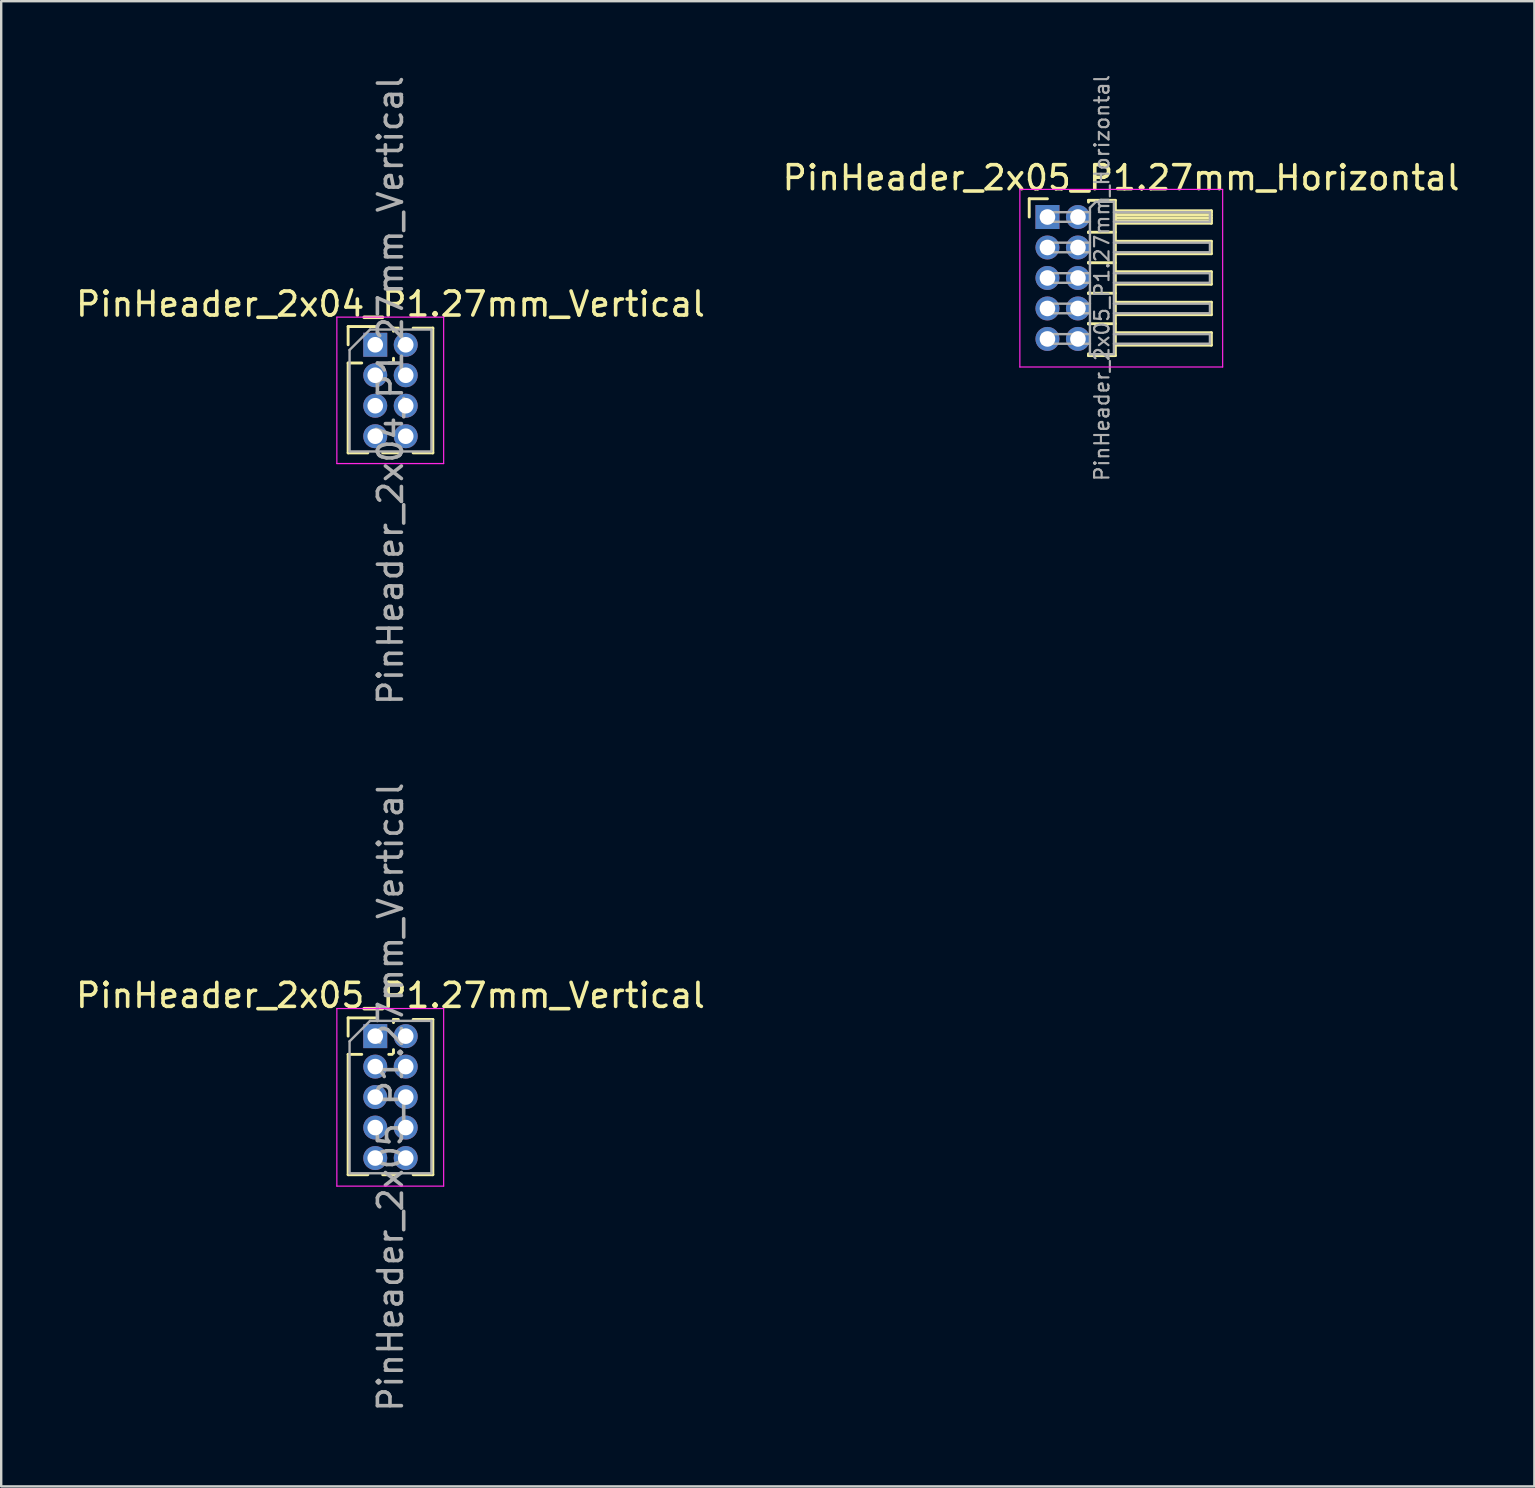
<source format=kicad_pcb>
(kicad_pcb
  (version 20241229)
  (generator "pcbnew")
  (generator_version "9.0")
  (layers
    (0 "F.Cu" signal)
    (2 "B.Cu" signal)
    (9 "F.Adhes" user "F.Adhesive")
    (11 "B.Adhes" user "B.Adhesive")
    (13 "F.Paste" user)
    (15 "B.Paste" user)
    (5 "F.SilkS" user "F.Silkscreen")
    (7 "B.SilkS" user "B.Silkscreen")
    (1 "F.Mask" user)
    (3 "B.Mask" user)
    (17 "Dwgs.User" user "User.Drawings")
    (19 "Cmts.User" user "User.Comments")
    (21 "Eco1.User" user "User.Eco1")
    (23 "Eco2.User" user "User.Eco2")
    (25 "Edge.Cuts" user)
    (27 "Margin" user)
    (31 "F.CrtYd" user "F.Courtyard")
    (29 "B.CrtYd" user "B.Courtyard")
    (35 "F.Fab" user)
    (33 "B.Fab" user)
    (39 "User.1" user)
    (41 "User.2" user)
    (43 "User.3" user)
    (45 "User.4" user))
  (footprint "PinHeader_2x04_P1.27mm_Vertical"
    (layer "F.Cu")
    (at 12.585 11.315)
    (property "Reference" "PinHeader_2x04_P1.27mm_Vertical" (at 0.635 -1.695 0) (layer "F.SilkS") (effects (font (size 1 1) (thickness 0.15))))
    (attr through_hole)
    (fp_line (start -1.13 -0.76) (end 0 -0.76) (stroke (width 0.12) (type solid)) (layer "F.SilkS"))
    (fp_line (start -1.13 0) (end -1.13 -0.76) (stroke (width 0.12) (type solid)) (layer "F.SilkS"))
    (fp_line (start -1.13 0.76) (end -1.13 4.505) (stroke (width 0.12) (type solid)) (layer "F.SilkS"))
    (fp_line (start -1.13 0.76) (end -0.563 0.76) (stroke (width 0.12) (type solid)) (layer "F.SilkS"))
    (fp_line (start -1.13 4.505) (end -0.308 4.505) (stroke (width 0.12) (type solid)) (layer "F.SilkS"))
    (fp_line (start 0.308 4.505) (end 0.962 4.505) (stroke (width 0.12) (type solid)) (layer "F.SilkS"))
    (fp_line (start 0.563 0.76) (end 0.707 0.76) (stroke (width 0.12) (type solid)) (layer "F.SilkS"))
    (fp_line (start 0.76 -0.695) (end 0.962 -0.695) (stroke (width 0.12) (type solid)) (layer "F.SilkS"))
    (fp_line (start 0.76 -0.563) (end 0.76 -0.695) (stroke (width 0.12) (type solid)) (layer "F.SilkS"))
    (fp_line (start 0.76 0.707) (end 0.76 0.563) (stroke (width 0.12) (type solid)) (layer "F.SilkS"))
    (fp_line (start 1.578 -0.695) (end 2.4 -0.695) (stroke (width 0.12) (type solid)) (layer "F.SilkS"))
    (fp_line (start 1.578 4.505) (end 2.4 4.505) (stroke (width 0.12) (type solid)) (layer "F.SilkS"))
    (fp_line (start 2.4 -0.695) (end 2.4 4.505) (stroke (width 0.12) (type solid)) (layer "F.SilkS"))
    (fp_line (start -1.6 -1.15) (end -1.6 4.95) (stroke (width 0.05) (type solid)) (layer "F.CrtYd"))
    (fp_line (start -1.6 4.95) (end 2.85 4.95) (stroke (width 0.05) (type solid)) (layer "F.CrtYd"))
    (fp_line (start 2.85 -1.15) (end -1.6 -1.15) (stroke (width 0.05) (type solid)) (layer "F.CrtYd"))
    (fp_line (start 2.85 4.95) (end 2.85 -1.15) (stroke (width 0.05) (type solid)) (layer "F.CrtYd"))
    (fp_line (start -1.07 0.217) (end -0.217 -0.635) (stroke (width 0.1) (type solid)) (layer "F.Fab"))
    (fp_line (start -1.07 4.445) (end -1.07 0.217) (stroke (width 0.1) (type solid)) (layer "F.Fab"))
    (fp_line (start -0.217 -0.635) (end 2.34 -0.635) (stroke (width 0.1) (type solid)) (layer "F.Fab"))
    (fp_line (start 2.34 -0.635) (end 2.34 4.445) (stroke (width 0.1) (type solid)) (layer "F.Fab"))
    (fp_line (start 2.34 4.445) (end -1.07 4.445) (stroke (width 0.1) (type solid)) (layer "F.Fab"))
    (fp_text user "${REFERENCE}" (at 0.635 1.905 90) (layer "F.Fab") (effects (font (size 1 1) (thickness 0.15))))
    (pad "1" thru_hole rect (at 0 0) (size 1 1) (drill 0.65) (layers "*.Cu" "*.Mask"))
    (pad "2" thru_hole oval (at 1.27 0) (size 1 1) (drill 0.65) (layers "*.Cu" "*.Mask"))
    (pad "3" thru_hole oval (at 0 1.27) (size 1 1) (drill 0.65) (layers "*.Cu" "*.Mask"))
    (pad "4" thru_hole oval (at 1.27 1.27) (size 1 1) (drill 0.65) (layers "*.Cu" "*.Mask"))
    (pad "5" thru_hole oval (at 0 2.54) (size 1 1) (drill 0.65) (layers "*.Cu" "*.Mask"))
    (pad "6" thru_hole oval (at 1.27 2.54) (size 1 1) (drill 0.65) (layers "*.Cu" "*.Mask"))
    (pad "7" thru_hole oval (at 0 3.81) (size 1 1) (drill 0.65) (layers "*.Cu" "*.Mask"))
    (pad "8" thru_hole oval (at 1.27 3.81) (size 1 1) (drill 0.65) (layers "*.Cu" "*.Mask")))
  (footprint "PinHeader_2x05_P1.27mm_Vertical"
    (layer "F.Cu")
    (at 12.585 40.121)
    (property "Reference" "PinHeader_2x05_P1.27mm_Vertical" (at 0.635 -1.695 0) (layer "F.SilkS") (effects (font (size 1 1) (thickness 0.15))))
    (attr through_hole)
    (fp_line (start -1.13 -0.76) (end 0 -0.76) (stroke (width 0.12) (type solid)) (layer "F.SilkS"))
    (fp_line (start -1.13 0) (end -1.13 -0.76) (stroke (width 0.12) (type solid)) (layer "F.SilkS"))
    (fp_line (start -1.13 0.76) (end -1.13 5.775) (stroke (width 0.12) (type solid)) (layer "F.SilkS"))
    (fp_line (start -1.13 0.76) (end -0.563 0.76) (stroke (width 0.12) (type solid)) (layer "F.SilkS"))
    (fp_line (start -1.13 5.775) (end -0.308 5.775) (stroke (width 0.12) (type solid)) (layer "F.SilkS"))
    (fp_line (start 0.308 5.775) (end 0.962 5.775) (stroke (width 0.12) (type solid)) (layer "F.SilkS"))
    (fp_line (start 0.563 0.76) (end 0.707 0.76) (stroke (width 0.12) (type solid)) (layer "F.SilkS"))
    (fp_line (start 0.76 -0.695) (end 0.962 -0.695) (stroke (width 0.12) (type solid)) (layer "F.SilkS"))
    (fp_line (start 0.76 -0.563) (end 0.76 -0.695) (stroke (width 0.12) (type solid)) (layer "F.SilkS"))
    (fp_line (start 0.76 0.707) (end 0.76 0.563) (stroke (width 0.12) (type solid)) (layer "F.SilkS"))
    (fp_line (start 1.578 -0.695) (end 2.4 -0.695) (stroke (width 0.12) (type solid)) (layer "F.SilkS"))
    (fp_line (start 1.578 5.775) (end 2.4 5.775) (stroke (width 0.12) (type solid)) (layer "F.SilkS"))
    (fp_line (start 2.4 -0.695) (end 2.4 5.775) (stroke (width 0.12) (type solid)) (layer "F.SilkS"))
    (fp_line (start -1.6 -1.15) (end -1.6 6.25) (stroke (width 0.05) (type solid)) (layer "F.CrtYd"))
    (fp_line (start -1.6 6.25) (end 2.85 6.25) (stroke (width 0.05) (type solid)) (layer "F.CrtYd"))
    (fp_line (start 2.85 -1.15) (end -1.6 -1.15) (stroke (width 0.05) (type solid)) (layer "F.CrtYd"))
    (fp_line (start 2.85 6.25) (end 2.85 -1.15) (stroke (width 0.05) (type solid)) (layer "F.CrtYd"))
    (fp_line (start -1.07 0.217) (end -0.217 -0.635) (stroke (width 0.1) (type solid)) (layer "F.Fab"))
    (fp_line (start -1.07 5.715) (end -1.07 0.217) (stroke (width 0.1) (type solid)) (layer "F.Fab"))
    (fp_line (start -0.217 -0.635) (end 2.34 -0.635) (stroke (width 0.1) (type solid)) (layer "F.Fab"))
    (fp_line (start 2.34 -0.635) (end 2.34 5.715) (stroke (width 0.1) (type solid)) (layer "F.Fab"))
    (fp_line (start 2.34 5.715) (end -1.07 5.715) (stroke (width 0.1) (type solid)) (layer "F.Fab"))
    (fp_text user "${REFERENCE}" (at 0.635 2.54 90) (layer "F.Fab") (effects (font (size 1 1) (thickness 0.15))))
    (pad "1" thru_hole rect (at 0 0) (size 1 1) (drill 0.65) (layers "*.Cu" "*.Mask"))
    (pad "2" thru_hole oval (at 1.27 0) (size 1 1) (drill 0.65) (layers "*.Cu" "*.Mask"))
    (pad "3" thru_hole oval (at 0 1.27) (size 1 1) (drill 0.65) (layers "*.Cu" "*.Mask"))
    (pad "4" thru_hole oval (at 1.27 1.27) (size 1 1) (drill 0.65) (layers "*.Cu" "*.Mask"))
    (pad "5" thru_hole oval (at 0 2.54) (size 1 1) (drill 0.65) (layers "*.Cu" "*.Mask"))
    (pad "6" thru_hole oval (at 1.27 2.54) (size 1 1) (drill 0.65) (layers "*.Cu" "*.Mask"))
    (pad "7" thru_hole oval (at 0 3.81) (size 1 1) (drill 0.65) (layers "*.Cu" "*.Mask"))
    (pad "8" thru_hole oval (at 1.27 3.81) (size 1 1) (drill 0.65) (layers "*.Cu" "*.Mask"))
    (pad "9" thru_hole oval (at 0 5.08) (size 1 1) (drill 0.65) (layers "*.Cu" "*.Mask"))
    (pad "10" thru_hole oval (at 1.27 5.08) (size 1 1) (drill 0.65) (layers "*.Cu" "*.Mask")))
  (footprint "PinHeader_2x05_P1.27mm_Horizontal"
    (layer "F.Cu")
    (at 40.593 5.992)
    (property "Reference" "PinHeader_2x05_P1.27mm_Horizontal" (at 3.067 -1.635 0) (layer "F.SilkS") (effects (font (size 1 1) (thickness 0.15))))
    (attr through_hole)
    (fp_line (start -0.76 -0.76) (end 0 -0.76) (stroke (width 0.12) (type solid)) (layer "F.SilkS"))
    (fp_line (start -0.76 0) (end -0.76 -0.76) (stroke (width 0.12) (type solid)) (layer "F.SilkS"))
    (fp_line (start 1.71 -0.695) (end 2.83 -0.695) (stroke (width 0.12) (type solid)) (layer "F.SilkS"))
    (fp_line (start 1.71 -0.62) (end 1.71 -0.695) (stroke (width 0.12) (type solid)) (layer "F.SilkS"))
    (fp_line (start 1.71 0.62) (end 1.71 0.65) (stroke (width 0.12) (type solid)) (layer "F.SilkS"))
    (fp_line (start 1.71 0.635) (end 2.83 0.635) (stroke (width 0.12) (type solid)) (layer "F.SilkS"))
    (fp_line (start 1.71 1.89) (end 1.71 1.92) (stroke (width 0.12) (type solid)) (layer "F.SilkS"))
    (fp_line (start 1.71 1.905) (end 2.83 1.905) (stroke (width 0.12) (type solid)) (layer "F.SilkS"))
    (fp_line (start 1.71 3.16) (end 1.71 3.19) (stroke (width 0.12) (type solid)) (layer "F.SilkS"))
    (fp_line (start 1.71 3.175) (end 2.83 3.175) (stroke (width 0.12) (type solid)) (layer "F.SilkS"))
    (fp_line (start 1.71 4.43) (end 1.71 4.46) (stroke (width 0.12) (type solid)) (layer "F.SilkS"))
    (fp_line (start 1.71 4.445) (end 2.83 4.445) (stroke (width 0.12) (type solid)) (layer "F.SilkS"))
    (fp_line (start 1.71 5.775) (end 1.71 5.7) (stroke (width 0.12) (type solid)) (layer "F.SilkS"))
    (fp_line (start 2.83 -0.695) (end 2.83 5.775) (stroke (width 0.12) (type solid)) (layer "F.SilkS"))
    (fp_line (start 2.83 -0.26) (end 6.83 -0.26) (stroke (width 0.12) (type solid)) (layer "F.SilkS"))
    (fp_line (start 2.83 -0.2) (end 6.83 -0.2) (stroke (width 0.12) (type solid)) (layer "F.SilkS"))
    (fp_line (start 2.83 -0.08) (end 6.83 -0.08) (stroke (width 0.12) (type solid)) (layer "F.SilkS"))
    (fp_line (start 2.83 0.04) (end 6.83 0.04) (stroke (width 0.12) (type solid)) (layer "F.SilkS"))
    (fp_line (start 2.83 0.16) (end 6.83 0.16) (stroke (width 0.12) (type solid)) (layer "F.SilkS"))
    (fp_line (start 2.83 1.01) (end 6.83 1.01) (stroke (width 0.12) (type solid)) (layer "F.SilkS"))
    (fp_line (start 2.83 2.28) (end 6.83 2.28) (stroke (width 0.12) (type solid)) (layer "F.SilkS"))
    (fp_line (start 2.83 3.55) (end 6.83 3.55) (stroke (width 0.12) (type solid)) (layer "F.SilkS"))
    (fp_line (start 2.83 4.82) (end 6.83 4.82) (stroke (width 0.12) (type solid)) (layer "F.SilkS"))
    (fp_line (start 2.83 5.775) (end 1.71 5.775) (stroke (width 0.12) (type solid)) (layer "F.SilkS"))
    (fp_line (start 6.83 -0.26) (end 6.83 0.26) (stroke (width 0.12) (type solid)) (layer "F.SilkS"))
    (fp_line (start 6.83 0.26) (end 2.83 0.26) (stroke (width 0.12) (type solid)) (layer "F.SilkS"))
    (fp_line (start 6.83 1.01) (end 6.83 1.53) (stroke (width 0.12) (type solid)) (layer "F.SilkS"))
    (fp_line (start 6.83 1.53) (end 2.83 1.53) (stroke (width 0.12) (type solid)) (layer "F.SilkS"))
    (fp_line (start 6.83 2.28) (end 6.83 2.8) (stroke (width 0.12) (type solid)) (layer "F.SilkS"))
    (fp_line (start 6.83 2.8) (end 2.83 2.8) (stroke (width 0.12) (type solid)) (layer "F.SilkS"))
    (fp_line (start 6.83 3.55) (end 6.83 4.07) (stroke (width 0.12) (type solid)) (layer "F.SilkS"))
    (fp_line (start 6.83 4.07) (end 2.83 4.07) (stroke (width 0.12) (type solid)) (layer "F.SilkS"))
    (fp_line (start 6.83 4.82) (end 6.83 5.34) (stroke (width 0.12) (type solid)) (layer "F.SilkS"))
    (fp_line (start 6.83 5.34) (end 2.83 5.34) (stroke (width 0.12) (type solid)) (layer "F.SilkS"))
    (fp_line (start -1.15 -1.15) (end -1.15 6.25) (stroke (width 0.05) (type solid)) (layer "F.CrtYd"))
    (fp_line (start -1.15 6.25) (end 7.3 6.25) (stroke (width 0.05) (type solid)) (layer "F.CrtYd"))
    (fp_line (start 7.3 -1.15) (end -1.15 -1.15) (stroke (width 0.05) (type solid)) (layer "F.CrtYd"))
    (fp_line (start 7.3 6.25) (end 7.3 -1.15) (stroke (width 0.05) (type solid)) (layer "F.CrtYd"))
    (fp_line (start -0.2 -0.2) (end -0.2 0.2) (stroke (width 0.1) (type solid)) (layer "F.Fab"))
    (fp_line (start -0.2 -0.2) (end 1.77 -0.2) (stroke (width 0.1) (type solid)) (layer "F.Fab"))
    (fp_line (start -0.2 0.2) (end 1.77 0.2) (stroke (width 0.1) (type solid)) (layer "F.Fab"))
    (fp_line (start -0.2 1.07) (end -0.2 1.47) (stroke (width 0.1) (type solid)) (layer "F.Fab"))
    (fp_line (start -0.2 1.07) (end 1.77 1.07) (stroke (width 0.1) (type solid)) (layer "F.Fab"))
    (fp_line (start -0.2 1.47) (end 1.77 1.47) (stroke (width 0.1) (type solid)) (layer "F.Fab"))
    (fp_line (start -0.2 2.34) (end -0.2 2.74) (stroke (width 0.1) (type solid)) (layer "F.Fab"))
    (fp_line (start -0.2 2.34) (end 1.77 2.34) (stroke (width 0.1) (type solid)) (layer "F.Fab"))
    (fp_line (start -0.2 2.74) (end 1.77 2.74) (stroke (width 0.1) (type solid)) (layer "F.Fab"))
    (fp_line (start -0.2 3.61) (end -0.2 4.01) (stroke (width 0.1) (type solid)) (layer "F.Fab"))
    (fp_line (start -0.2 3.61) (end 1.77 3.61) (stroke (width 0.1) (type solid)) (layer "F.Fab"))
    (fp_line (start -0.2 4.01) (end 1.77 4.01) (stroke (width 0.1) (type solid)) (layer "F.Fab"))
    (fp_line (start -0.2 4.88) (end -0.2 5.28) (stroke (width 0.1) (type solid)) (layer "F.Fab"))
    (fp_line (start -0.2 4.88) (end 1.77 4.88) (stroke (width 0.1) (type solid)) (layer "F.Fab"))
    (fp_line (start -0.2 5.28) (end 1.77 5.28) (stroke (width 0.1) (type solid)) (layer "F.Fab"))
    (fp_line (start 1.77 -0.385) (end 2.02 -0.635) (stroke (width 0.1) (type solid)) (layer "F.Fab"))
    (fp_line (start 1.77 5.715) (end 1.77 -0.385) (stroke (width 0.1) (type solid)) (layer "F.Fab"))
    (fp_line (start 2.02 -0.635) (end 2.77 -0.635) (stroke (width 0.1) (type solid)) (layer "F.Fab"))
    (fp_line (start 2.77 -0.635) (end 2.77 5.715) (stroke (width 0.1) (type solid)) (layer "F.Fab"))
    (fp_line (start 2.77 -0.2) (end 6.77 -0.2) (stroke (width 0.1) (type solid)) (layer "F.Fab"))
    (fp_line (start 2.77 0.2) (end 6.77 0.2) (stroke (width 0.1) (type solid)) (layer "F.Fab"))
    (fp_line (start 2.77 1.07) (end 6.77 1.07) (stroke (width 0.1) (type solid)) (layer "F.Fab"))
    (fp_line (start 2.77 1.47) (end 6.77 1.47) (stroke (width 0.1) (type solid)) (layer "F.Fab"))
    (fp_line (start 2.77 2.34) (end 6.77 2.34) (stroke (width 0.1) (type solid)) (layer "F.Fab"))
    (fp_line (start 2.77 2.74) (end 6.77 2.74) (stroke (width 0.1) (type solid)) (layer "F.Fab"))
    (fp_line (start 2.77 3.61) (end 6.77 3.61) (stroke (width 0.1) (type solid)) (layer "F.Fab"))
    (fp_line (start 2.77 4.01) (end 6.77 4.01) (stroke (width 0.1) (type solid)) (layer "F.Fab"))
    (fp_line (start 2.77 4.88) (end 6.77 4.88) (stroke (width 0.1) (type solid)) (layer "F.Fab"))
    (fp_line (start 2.77 5.28) (end 6.77 5.28) (stroke (width 0.1) (type solid)) (layer "F.Fab"))
    (fp_line (start 2.77 5.715) (end 1.77 5.715) (stroke (width 0.1) (type solid)) (layer "F.Fab"))
    (fp_line (start 6.77 -0.2) (end 6.77 0.2) (stroke (width 0.1) (type solid)) (layer "F.Fab"))
    (fp_line (start 6.77 1.07) (end 6.77 1.47) (stroke (width 0.1) (type solid)) (layer "F.Fab"))
    (fp_line (start 6.77 2.34) (end 6.77 2.74) (stroke (width 0.1) (type solid)) (layer "F.Fab"))
    (fp_line (start 6.77 3.61) (end 6.77 4.01) (stroke (width 0.1) (type solid)) (layer "F.Fab"))
    (fp_line (start 6.77 4.88) (end 6.77 5.28) (stroke (width 0.1) (type solid)) (layer "F.Fab"))
    (fp_text user "${REFERENCE}" (at 2.27 2.54 90) (layer "F.Fab") (effects (font (size 0.6 0.6) (thickness 0.09))))
    (pad "1" thru_hole rect (at 0 0) (size 1 1) (drill 0.65) (layers "*.Cu" "*.Mask"))
    (pad "2" thru_hole oval (at 1.27 0) (size 1 1) (drill 0.65) (layers "*.Cu" "*.Mask"))
    (pad "3" thru_hole oval (at 0 1.27) (size 1 1) (drill 0.65) (layers "*.Cu" "*.Mask"))
    (pad "4" thru_hole oval (at 1.27 1.27) (size 1 1) (drill 0.65) (layers "*.Cu" "*.Mask"))
    (pad "5" thru_hole oval (at 0 2.54) (size 1 1) (drill 0.65) (layers "*.Cu" "*.Mask"))
    (pad "6" thru_hole oval (at 1.27 2.54) (size 1 1) (drill 0.65) (layers "*.Cu" "*.Mask"))
    (pad "7" thru_hole oval (at 0 3.81) (size 1 1) (drill 0.65) (layers "*.Cu" "*.Mask"))
    (pad "8" thru_hole oval (at 1.27 3.81) (size 1 1) (drill 0.65) (layers "*.Cu" "*.Mask"))
    (pad "9" thru_hole oval (at 0 5.08) (size 1 1) (drill 0.65) (layers "*.Cu" "*.Mask"))
    (pad "10" thru_hole oval (at 1.27 5.08) (size 1 1) (drill 0.65) (layers "*.Cu" "*.Mask")))
  (gr_rect
    (start -3 -3)
    (end 60.881 58.881)
    (stroke (width 0.1) (type default))
    (fill no)
    (layer "Edge.Cuts")))
</source>
